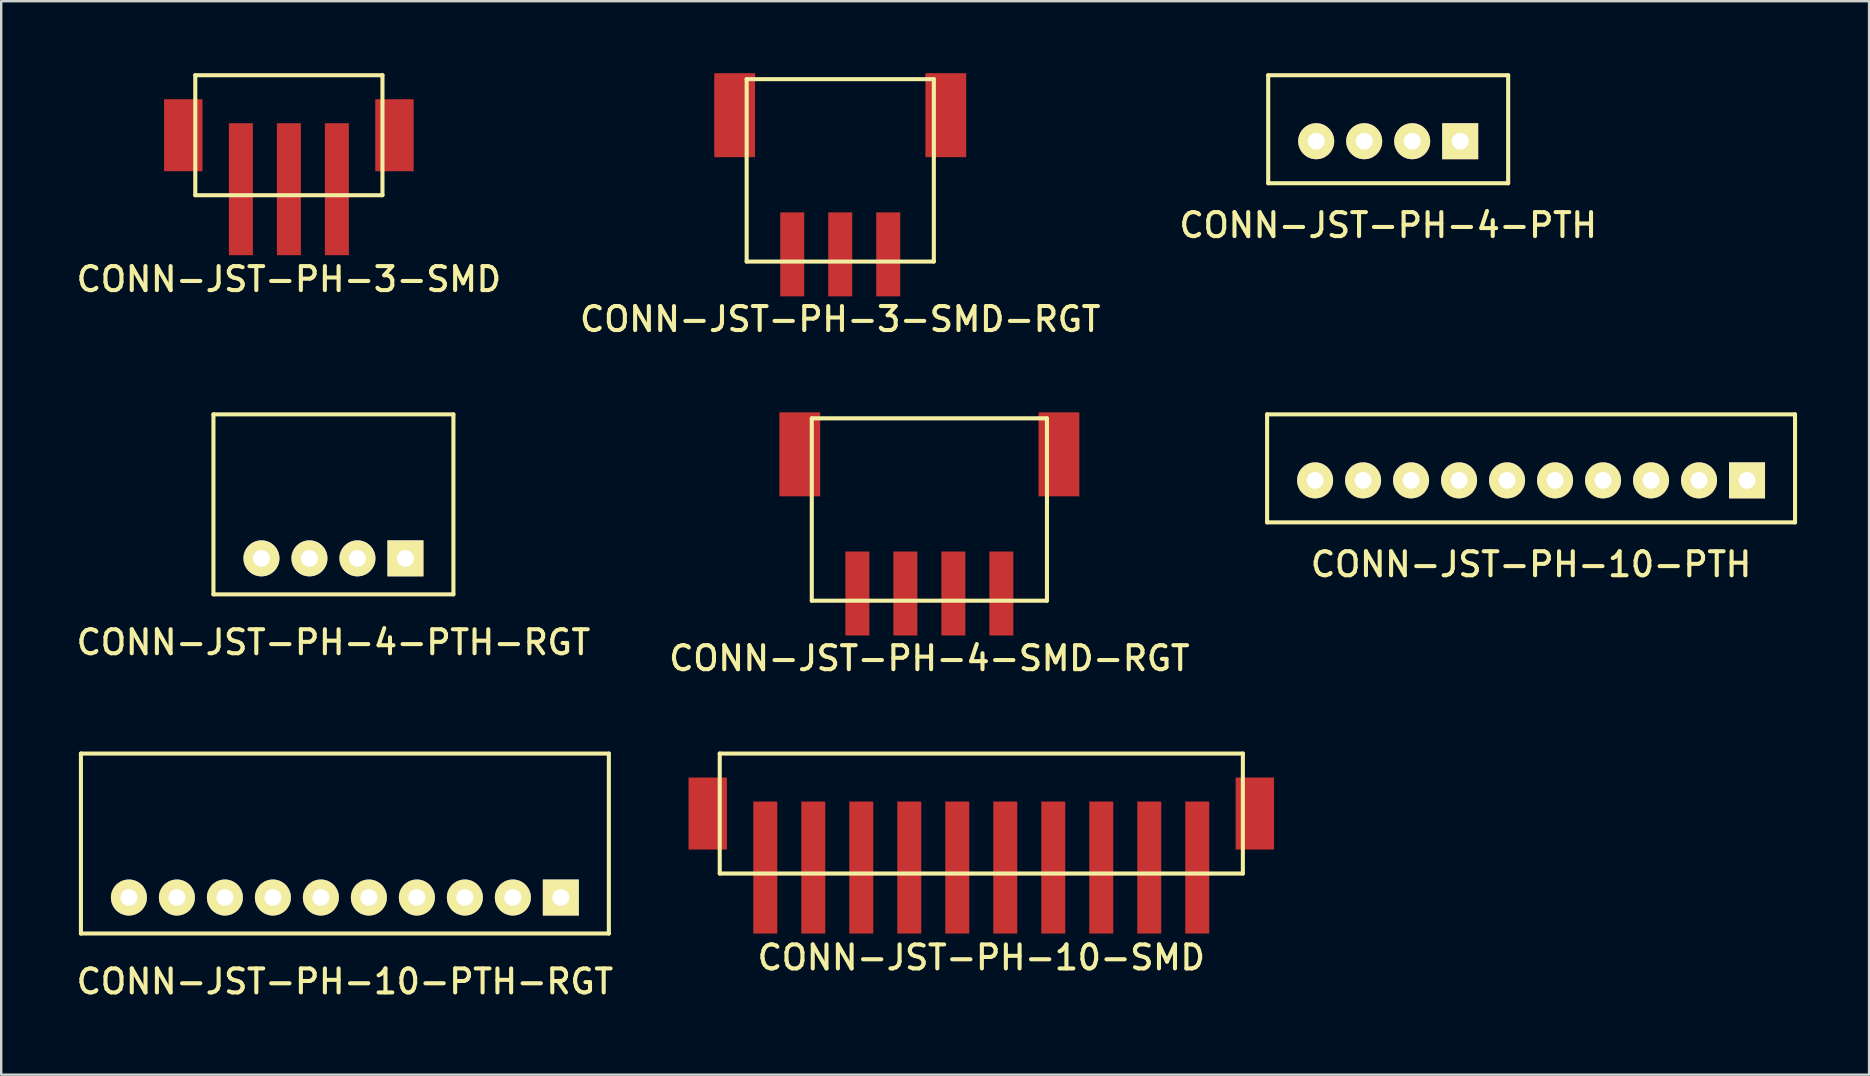
<source format=kicad_pcb>
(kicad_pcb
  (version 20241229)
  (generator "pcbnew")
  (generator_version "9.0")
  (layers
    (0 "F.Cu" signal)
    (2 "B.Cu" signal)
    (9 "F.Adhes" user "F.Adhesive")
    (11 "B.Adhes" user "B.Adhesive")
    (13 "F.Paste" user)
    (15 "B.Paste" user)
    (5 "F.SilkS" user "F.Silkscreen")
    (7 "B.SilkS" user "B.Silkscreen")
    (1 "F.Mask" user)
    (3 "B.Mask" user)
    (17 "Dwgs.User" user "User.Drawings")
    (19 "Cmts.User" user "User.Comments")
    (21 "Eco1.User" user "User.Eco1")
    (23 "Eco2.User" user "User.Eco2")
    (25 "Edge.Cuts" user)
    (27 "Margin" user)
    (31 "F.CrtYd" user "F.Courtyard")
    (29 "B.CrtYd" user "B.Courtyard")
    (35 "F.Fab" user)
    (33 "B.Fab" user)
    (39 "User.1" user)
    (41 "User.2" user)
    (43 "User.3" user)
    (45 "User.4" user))
  (footprint "CONN-JST-PH-10-PTH"
    (layer "F.Cu")
    (at 60.753 16.968)
    (property "Reference" "CONN-JST-PH-10-PTH" (at 0 3.5 0) (layer "F.SilkS") (effects (font (size 1 1) (thickness 0.17))))
    (attr through_hole)
    (fp_line (start -11 -2.75) (end 11 -2.75) (stroke (width 0.17) (type solid)) (layer "F.SilkS"))
    (fp_line (start -11 1.75) (end -11 -2.75) (stroke (width 0.17) (type solid)) (layer "F.SilkS"))
    (fp_line (start -11 1.75) (end 11 1.75) (stroke (width 0.17) (type solid)) (layer "F.SilkS"))
    (fp_line (start 11 1.75) (end 11 -2.75) (stroke (width 0.17) (type solid)) (layer "F.SilkS"))
    (pad "1" thru_hole rect (at 9 0) (size 1.5 1.5) (drill 0.7) (layers "*.Cu" "*.Mask" "F.SilkS"))
    (pad "2" thru_hole circle (at 7 0) (size 1.5 1.5) (drill 0.7) (layers "*.Cu" "*.Mask" "F.SilkS"))
    (pad "3" thru_hole circle (at 5 0) (size 1.5 1.5) (drill 0.7) (layers "*.Cu" "*.Mask" "F.SilkS"))
    (pad "4" thru_hole circle (at 3 0) (size 1.5 1.5) (drill 0.7) (layers "*.Cu" "*.Mask" "F.SilkS"))
    (pad "5" thru_hole circle (at 1 0) (size 1.5 1.5) (drill 0.7) (layers "*.Cu" "*.Mask" "F.SilkS"))
    (pad "6" thru_hole circle (at -1 0) (size 1.5 1.5) (drill 0.7) (layers "*.Cu" "*.Mask" "F.SilkS"))
    (pad "7" thru_hole circle (at -3 0) (size 1.5 1.5) (drill 0.7) (layers "*.Cu" "*.Mask" "F.SilkS"))
    (pad "8" thru_hole circle (at -5 0) (size 1.5 1.5) (drill 0.7) (layers "*.Cu" "*.Mask" "F.SilkS"))
    (pad "9" thru_hole circle (at -7 0) (size 1.5 1.5) (drill 0.7) (layers "*.Cu" "*.Mask" "F.SilkS"))
    (pad "10" thru_hole circle (at -9 0) (size 1.5 1.5) (drill 0.7) (layers "*.Cu" "*.Mask" "F.SilkS")))
  (footprint "CONN-JST-PH-4-PTH"
    (layer "F.Cu")
    (at 54.799 2.835)
    (property "Reference" "CONN-JST-PH-4-PTH" (at 0 3.5 0) (layer "F.SilkS") (effects (font (size 1 1) (thickness 0.17))))
    (attr through_hole)
    (fp_line (start -5 -2.75) (end 5 -2.75) (stroke (width 0.17) (type solid)) (layer "F.SilkS"))
    (fp_line (start -5 1.75) (end -5 -2.75) (stroke (width 0.17) (type solid)) (layer "F.SilkS"))
    (fp_line (start -5 1.75) (end 5 1.75) (stroke (width 0.17) (type solid)) (layer "F.SilkS"))
    (fp_line (start 5 1.75) (end 5 -2.75) (stroke (width 0.17) (type solid)) (layer "F.SilkS"))
    (pad "1" thru_hole rect (at 3 0) (size 1.5 1.5) (drill 0.7) (layers "*.Cu" "*.Mask" "F.SilkS"))
    (pad "2" thru_hole circle (at 1 0) (size 1.5 1.5) (drill 0.7) (layers "*.Cu" "*.Mask" "F.SilkS"))
    (pad "3" thru_hole circle (at -1 0) (size 1.5 1.5) (drill 0.7) (layers "*.Cu" "*.Mask" "F.SilkS"))
    (pad "4" thru_hole circle (at -3 0) (size 1.5 1.5) (drill 0.7) (layers "*.Cu" "*.Mask" "F.SilkS")))
  (footprint "CONN-JST-PH-10-SMD"
    (layer "F.Cu")
    (at 37.843 35.852)
    (property "Reference" "CONN-JST-PH-10-SMD" (at 0 1 0) (layer "F.SilkS") (effects (font (size 1 1) (thickness 0.17))))
    (attr through_hole)
    (fp_line (start -10.9 -7.5) (end 10.9 -7.5) (stroke (width 0.17) (type solid)) (layer "F.SilkS"))
    (fp_line (start -10.9 -2.5) (end -10.9 -7.5) (stroke (width 0.17) (type solid)) (layer "F.SilkS"))
    (fp_line (start -10.9 -2.5) (end 10.9 -2.5) (stroke (width 0.17) (type solid)) (layer "F.SilkS"))
    (fp_line (start 10.9 -2.5) (end 10.9 -7.5) (stroke (width 0.17) (type solid)) (layer "F.SilkS"))
    (pad "1" smd rect (at -9 -2.75) (size 1 5.5) (layers "F.Cu" "F.Mask" "F.Paste"))
    (pad "2" smd rect (at -7 -2.75) (size 1 5.5) (layers "F.Cu" "F.Mask" "F.Paste"))
    (pad "3" smd rect (at -5 -2.75) (size 1 5.5) (layers "F.Cu" "F.Mask" "F.Paste"))
    (pad "4" smd rect (at -3 -2.75) (size 1 5.5) (layers "F.Cu" "F.Mask" "F.Paste"))
    (pad "5" smd rect (at -1 -2.75) (size 1 5.5) (layers "F.Cu" "F.Mask" "F.Paste"))
    (pad "6" smd rect (at 1 -2.75) (size 1 5.5) (layers "F.Cu" "F.Mask" "F.Paste"))
    (pad "7" smd rect (at 3 -2.75) (size 1 5.5) (layers "F.Cu" "F.Mask" "F.Paste"))
    (pad "8" smd rect (at 5 -2.75) (size 1 5.5) (layers "F.Cu" "F.Mask" "F.Paste"))
    (pad "9" smd rect (at 7 -2.75) (size 1 5.5) (layers "F.Cu" "F.Mask" "F.Paste"))
    (pad "10" smd rect (at 9 -2.75) (size 1 5.5) (layers "F.Cu" "F.Mask" "F.Paste"))
    (pad "M1" smd rect (at -11.4 -5) (size 1.6 3) (layers "F.Cu" "F.Mask" "F.Paste"))
    (pad "M2" smd rect (at 11.4 -5) (size 1.6 3) (layers "F.Cu" "F.Mask" "F.Paste")))
  (footprint "CONN-JST-PH-10-PTH-RGT"
    (layer "F.Cu")
    (at 11.322 34.352)
    (property "Reference" "CONN-JST-PH-10-PTH-RGT" (at 0 3.5 0) (layer "F.SilkS") (effects (font (size 1 1) (thickness 0.17))))
    (attr through_hole)
    (fp_line (start -11 -6) (end 11 -6) (stroke (width 0.17) (type solid)) (layer "F.SilkS"))
    (fp_line (start -11 1.5) (end -11 -6) (stroke (width 0.17) (type solid)) (layer "F.SilkS"))
    (fp_line (start -11 1.5) (end 11 1.5) (stroke (width 0.17) (type solid)) (layer "F.SilkS"))
    (fp_line (start 11 1.5) (end 11 -6) (stroke (width 0.17) (type solid)) (layer "F.SilkS"))
    (pad "1" thru_hole rect (at 9 0) (size 1.5 1.5) (drill 0.7) (layers "*.Cu" "*.Mask" "F.SilkS"))
    (pad "2" thru_hole circle (at 7 0) (size 1.5 1.5) (drill 0.7) (layers "*.Cu" "*.Mask" "F.SilkS"))
    (pad "3" thru_hole circle (at 5 0) (size 1.5 1.5) (drill 0.7) (layers "*.Cu" "*.Mask" "F.SilkS"))
    (pad "4" thru_hole circle (at 3 0) (size 1.5 1.5) (drill 0.7) (layers "*.Cu" "*.Mask" "F.SilkS"))
    (pad "5" thru_hole circle (at 1 0) (size 1.5 1.5) (drill 0.7) (layers "*.Cu" "*.Mask" "F.SilkS"))
    (pad "6" thru_hole circle (at -1 0) (size 1.5 1.5) (drill 0.7) (layers "*.Cu" "*.Mask" "F.SilkS"))
    (pad "7" thru_hole circle (at -3 0) (size 1.5 1.5) (drill 0.7) (layers "*.Cu" "*.Mask" "F.SilkS"))
    (pad "8" thru_hole circle (at -5 0) (size 1.5 1.5) (drill 0.7) (layers "*.Cu" "*.Mask" "F.SilkS"))
    (pad "9" thru_hole circle (at -7 0) (size 1.5 1.5) (drill 0.7) (layers "*.Cu" "*.Mask" "F.SilkS"))
    (pad "10" thru_hole circle (at -9 0) (size 1.5 1.5) (drill 0.7) (layers "*.Cu" "*.Mask" "F.SilkS")))
  (footprint "CONN-JST-PH-4-SMD-RGT"
    (layer "F.Cu")
    (at 35.679 14.383)
    (property "Reference" "CONN-JST-PH-4-SMD-RGT" (at 0 10 0) (layer "F.SilkS") (effects (font (size 1 1) (thickness 0.17))))
    (attr through_hole)
    (fp_line (start -4.9 0) (end 4.9 0) (stroke (width 0.17) (type solid)) (layer "F.SilkS"))
    (fp_line (start -4.9 7.6) (end -4.9 0) (stroke (width 0.17) (type solid)) (layer "F.SilkS"))
    (fp_line (start -4.9 7.6) (end 4.9 7.6) (stroke (width 0.17) (type solid)) (layer "F.SilkS"))
    (fp_line (start 4.9 7.6) (end 4.9 0) (stroke (width 0.17) (type solid)) (layer "F.SilkS"))
    (pad "1" smd rect (at 3 7.3) (size 1 3.5) (layers "F.Cu" "F.Mask" "F.Paste"))
    (pad "2" smd rect (at 1 7.3) (size 1 3.5) (layers "F.Cu" "F.Mask" "F.Paste"))
    (pad "3" smd rect (at -1 7.3) (size 1 3.5) (layers "F.Cu" "F.Mask" "F.Paste"))
    (pad "4" smd rect (at -3 7.3) (size 1 3.5) (layers "F.Cu" "F.Mask" "F.Paste"))
    (pad "M1" smd rect (at 5.4 1.5) (size 1.7 3.5) (layers "F.Cu" "F.Mask" "F.Paste"))
    (pad "M2" smd rect (at -5.4 1.5) (size 1.7 3.5) (layers "F.Cu" "F.Mask" "F.Paste")))
  (footprint "CONN-JST-PH-4-PTH-RGT"
    (layer "F.Cu")
    (at 10.845 20.218)
    (property "Reference" "CONN-JST-PH-4-PTH-RGT" (at 0 3.5 0) (layer "F.SilkS") (effects (font (size 1 1) (thickness 0.17))))
    (attr through_hole)
    (fp_line (start -5 -6) (end 5 -6) (stroke (width 0.17) (type solid)) (layer "F.SilkS"))
    (fp_line (start -5 1.5) (end -5 -6) (stroke (width 0.17) (type solid)) (layer "F.SilkS"))
    (fp_line (start -5 1.5) (end 5 1.5) (stroke (width 0.17) (type solid)) (layer "F.SilkS"))
    (fp_line (start 5 1.5) (end 5 -6) (stroke (width 0.17) (type solid)) (layer "F.SilkS"))
    (pad "1" thru_hole rect (at 3 0) (size 1.5 1.5) (drill 0.7) (layers "*.Cu" "*.Mask" "F.SilkS"))
    (pad "2" thru_hole circle (at 1 0) (size 1.5 1.5) (drill 0.7) (layers "*.Cu" "*.Mask" "F.SilkS"))
    (pad "3" thru_hole circle (at -1 0) (size 1.5 1.5) (drill 0.7) (layers "*.Cu" "*.Mask" "F.SilkS"))
    (pad "4" thru_hole circle (at -3 0) (size 1.5 1.5) (drill 0.7) (layers "*.Cu" "*.Mask" "F.SilkS")))
  (footprint "CONN-JST-PH-3-SMD-RGT"
    (layer "F.Cu")
    (at 31.965 0.25)
    (property "Reference" "CONN-JST-PH-3-SMD-RGT" (at 0 10 0) (layer "F.SilkS") (effects (font (size 1 1) (thickness 0.17))))
    (attr through_hole)
    (fp_line (start -3.9 0) (end 3.9 0) (stroke (width 0.17) (type solid)) (layer "F.SilkS"))
    (fp_line (start -3.9 7.6) (end -3.9 0) (stroke (width 0.17) (type solid)) (layer "F.SilkS"))
    (fp_line (start -3.9 7.6) (end 3.9 7.6) (stroke (width 0.17) (type solid)) (layer "F.SilkS"))
    (fp_line (start 3.9 7.6) (end 3.9 0) (stroke (width 0.17) (type solid)) (layer "F.SilkS"))
    (pad "1" smd rect (at 2 7.3) (size 1 3.5) (layers "F.Cu" "F.Mask" "F.Paste"))
    (pad "2" smd rect (at 0 7.3) (size 1 3.5) (layers "F.Cu" "F.Mask" "F.Paste"))
    (pad "3" smd rect (at -2 7.3) (size 1 3.5) (layers "F.Cu" "F.Mask" "F.Paste"))
    (pad "M1" smd rect (at 4.4 1.5) (size 1.7 3.5) (layers "F.Cu" "F.Mask" "F.Paste"))
    (pad "M2" smd rect (at -4.4 1.5) (size 1.7 3.5) (layers "F.Cu" "F.Mask" "F.Paste")))
  (footprint "CONN-JST-PH-3-SMD"
    (layer "F.Cu")
    (at 8.988 7.585)
    (property "Reference" "CONN-JST-PH-3-SMD" (at 0 1 0) (layer "F.SilkS") (effects (font (size 1 1) (thickness 0.17))))
    (attr through_hole)
    (fp_line (start -3.9 -7.5) (end 3.9 -7.5) (stroke (width 0.17) (type solid)) (layer "F.SilkS"))
    (fp_line (start -3.9 -2.5) (end -3.9 -7.5) (stroke (width 0.17) (type solid)) (layer "F.SilkS"))
    (fp_line (start -3.9 -2.5) (end 3.9 -2.5) (stroke (width 0.17) (type solid)) (layer "F.SilkS"))
    (fp_line (start 3.9 -2.5) (end 3.9 -7.5) (stroke (width 0.17) (type solid)) (layer "F.SilkS"))
    (pad "1" smd rect (at -2 -2.75) (size 1 5.5) (layers "F.Cu" "F.Mask" "F.Paste"))
    (pad "2" smd rect (at 0 -2.75) (size 1 5.5) (layers "F.Cu" "F.Mask" "F.Paste"))
    (pad "3" smd rect (at 2 -2.75) (size 1 5.5) (layers "F.Cu" "F.Mask" "F.Paste"))
    (pad "M1" smd rect (at -4.4 -5) (size 1.6 3) (layers "F.Cu" "F.Mask" "F.Paste"))
    (pad "M2" smd rect (at 4.4 -5) (size 1.6 3) (layers "F.Cu" "F.Mask" "F.Paste")))
  (gr_rect
    (start -3 -3)
    (end 74.838 41.735)
    (stroke (width 0.1) (type default))
    (fill no)
    (layer "Edge.Cuts")))
</source>
